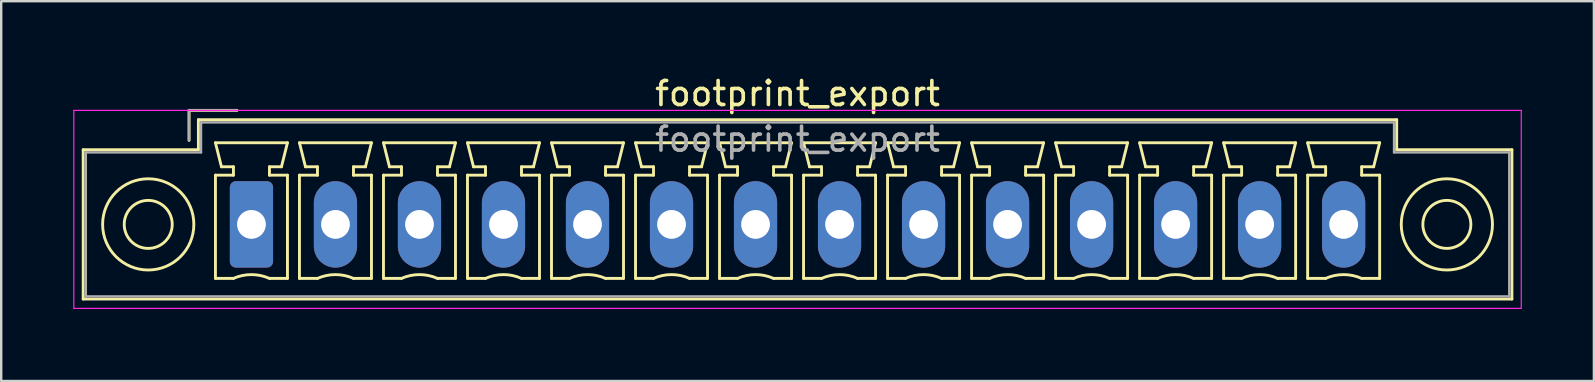
<source format=kicad_pcb>
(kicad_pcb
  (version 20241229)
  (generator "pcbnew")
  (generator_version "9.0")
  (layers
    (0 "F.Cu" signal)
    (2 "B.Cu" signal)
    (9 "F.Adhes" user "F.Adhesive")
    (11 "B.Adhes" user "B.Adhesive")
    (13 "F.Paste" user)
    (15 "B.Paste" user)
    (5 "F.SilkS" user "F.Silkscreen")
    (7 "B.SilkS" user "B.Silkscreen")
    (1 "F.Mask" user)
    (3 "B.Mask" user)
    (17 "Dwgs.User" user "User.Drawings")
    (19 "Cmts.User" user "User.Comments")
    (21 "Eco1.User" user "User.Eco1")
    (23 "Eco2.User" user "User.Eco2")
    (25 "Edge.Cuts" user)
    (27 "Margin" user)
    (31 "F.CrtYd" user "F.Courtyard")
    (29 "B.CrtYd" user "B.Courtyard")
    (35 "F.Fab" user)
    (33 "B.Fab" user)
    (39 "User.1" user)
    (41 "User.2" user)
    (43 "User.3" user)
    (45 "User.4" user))
  (footprint "footprint_export"
    (layer "F.Cu")
    (at 7.425 6.298)
    (property "Reference" "footprint_export" (at 22.75 -5.45 0) (layer "F.SilkS") (effects (font (size 1 1) (thickness 0.15))))
    (attr through_hole)
    (fp_line (start -7.01 -3.11) (end -7.01 3.11) (stroke (width 0.12) (type solid)) (layer "F.SilkS"))
    (fp_line (start -7.01 3.11) (end 52.51 3.11) (stroke (width 0.12) (type solid)) (layer "F.SilkS"))
    (fp_line (start -2.6 -4.75) (end -0.6 -4.75) (stroke (width 0.12) (type solid)) (layer "F.SilkS"))
    (fp_line (start -2.6 -3.5) (end -2.6 -4.75) (stroke (width 0.12) (type solid)) (layer "F.SilkS"))
    (fp_line (start -2.21 -4.36) (end -2.21 -3.11) (stroke (width 0.12) (type solid)) (layer "F.SilkS"))
    (fp_line (start -2.21 -3.11) (end -7.01 -3.11) (stroke (width 0.12) (type solid)) (layer "F.SilkS"))
    (fp_line (start -1.5 -3.4) (end 1.5 -3.4) (stroke (width 0.12) (type solid)) (layer "F.SilkS"))
    (fp_line (start -1.5 -2.05) (end -0.75 -2.05) (stroke (width 0.12) (type solid)) (layer "F.SilkS"))
    (fp_line (start -1.5 2.25) (end -1.5 -2.05) (stroke (width 0.12) (type solid)) (layer "F.SilkS"))
    (fp_line (start -1.25 -2.4) (end -1.5 -3.4) (stroke (width 0.12) (type solid)) (layer "F.SilkS"))
    (fp_line (start -0.75 -2.4) (end -1.25 -2.4) (stroke (width 0.12) (type solid)) (layer "F.SilkS"))
    (fp_line (start -0.75 -2.05) (end -0.75 -2.4) (stroke (width 0.12) (type solid)) (layer "F.SilkS"))
    (fp_line (start -0.75 2.25) (end -1.5 2.25) (stroke (width 0.12) (type solid)) (layer "F.SilkS"))
    (fp_line (start 0.75 -2.4) (end 0.75 -2.05) (stroke (width 0.12) (type solid)) (layer "F.SilkS"))
    (fp_line (start 0.75 -2.05) (end 1.5 -2.05) (stroke (width 0.12) (type solid)) (layer "F.SilkS"))
    (fp_line (start 1.25 -2.4) (end 0.75 -2.4) (stroke (width 0.12) (type solid)) (layer "F.SilkS"))
    (fp_line (start 1.5 -3.4) (end 1.25 -2.4) (stroke (width 0.12) (type solid)) (layer "F.SilkS"))
    (fp_line (start 1.5 -2.05) (end 1.5 2.25) (stroke (width 0.12) (type solid)) (layer "F.SilkS"))
    (fp_line (start 1.5 2.25) (end 0.75 2.25) (stroke (width 0.12) (type solid)) (layer "F.SilkS"))
    (fp_line (start 2 -3.4) (end 5 -3.4) (stroke (width 0.12) (type solid)) (layer "F.SilkS"))
    (fp_line (start 2 -2.05) (end 2.75 -2.05) (stroke (width 0.12) (type solid)) (layer "F.SilkS"))
    (fp_line (start 2 2.25) (end 2 -2.05) (stroke (width 0.12) (type solid)) (layer "F.SilkS"))
    (fp_line (start 2.25 -2.4) (end 2 -3.4) (stroke (width 0.12) (type solid)) (layer "F.SilkS"))
    (fp_line (start 2.75 -2.4) (end 2.25 -2.4) (stroke (width 0.12) (type solid)) (layer "F.SilkS"))
    (fp_line (start 2.75 -2.05) (end 2.75 -2.4) (stroke (width 0.12) (type solid)) (layer "F.SilkS"))
    (fp_line (start 2.75 2.25) (end 2 2.25) (stroke (width 0.12) (type solid)) (layer "F.SilkS"))
    (fp_line (start 4.25 -2.4) (end 4.25 -2.05) (stroke (width 0.12) (type solid)) (layer "F.SilkS"))
    (fp_line (start 4.25 -2.05) (end 5 -2.05) (stroke (width 0.12) (type solid)) (layer "F.SilkS"))
    (fp_line (start 4.75 -2.4) (end 4.25 -2.4) (stroke (width 0.12) (type solid)) (layer "F.SilkS"))
    (fp_line (start 5 -3.4) (end 4.75 -2.4) (stroke (width 0.12) (type solid)) (layer "F.SilkS"))
    (fp_line (start 5 -2.05) (end 5 2.25) (stroke (width 0.12) (type solid)) (layer "F.SilkS"))
    (fp_line (start 5 2.25) (end 4.25 2.25) (stroke (width 0.12) (type solid)) (layer "F.SilkS"))
    (fp_line (start 5.5 -3.4) (end 8.5 -3.4) (stroke (width 0.12) (type solid)) (layer "F.SilkS"))
    (fp_line (start 5.5 -2.05) (end 6.25 -2.05) (stroke (width 0.12) (type solid)) (layer "F.SilkS"))
    (fp_line (start 5.5 2.25) (end 5.5 -2.05) (stroke (width 0.12) (type solid)) (layer "F.SilkS"))
    (fp_line (start 5.75 -2.4) (end 5.5 -3.4) (stroke (width 0.12) (type solid)) (layer "F.SilkS"))
    (fp_line (start 6.25 -2.4) (end 5.75 -2.4) (stroke (width 0.12) (type solid)) (layer "F.SilkS"))
    (fp_line (start 6.25 -2.05) (end 6.25 -2.4) (stroke (width 0.12) (type solid)) (layer "F.SilkS"))
    (fp_line (start 6.25 2.25) (end 5.5 2.25) (stroke (width 0.12) (type solid)) (layer "F.SilkS"))
    (fp_line (start 7.75 -2.4) (end 7.75 -2.05) (stroke (width 0.12) (type solid)) (layer "F.SilkS"))
    (fp_line (start 7.75 -2.05) (end 8.5 -2.05) (stroke (width 0.12) (type solid)) (layer "F.SilkS"))
    (fp_line (start 8.25 -2.4) (end 7.75 -2.4) (stroke (width 0.12) (type solid)) (layer "F.SilkS"))
    (fp_line (start 8.5 -3.4) (end 8.25 -2.4) (stroke (width 0.12) (type solid)) (layer "F.SilkS"))
    (fp_line (start 8.5 -2.05) (end 8.5 2.25) (stroke (width 0.12) (type solid)) (layer "F.SilkS"))
    (fp_line (start 8.5 2.25) (end 7.75 2.25) (stroke (width 0.12) (type solid)) (layer "F.SilkS"))
    (fp_line (start 9 -3.4) (end 12 -3.4) (stroke (width 0.12) (type solid)) (layer "F.SilkS"))
    (fp_line (start 9 -2.05) (end 9.75 -2.05) (stroke (width 0.12) (type solid)) (layer "F.SilkS"))
    (fp_line (start 9 2.25) (end 9 -2.05) (stroke (width 0.12) (type solid)) (layer "F.SilkS"))
    (fp_line (start 9.25 -2.4) (end 9 -3.4) (stroke (width 0.12) (type solid)) (layer "F.SilkS"))
    (fp_line (start 9.75 -2.4) (end 9.25 -2.4) (stroke (width 0.12) (type solid)) (layer "F.SilkS"))
    (fp_line (start 9.75 -2.05) (end 9.75 -2.4) (stroke (width 0.12) (type solid)) (layer "F.SilkS"))
    (fp_line (start 9.75 2.25) (end 9 2.25) (stroke (width 0.12) (type solid)) (layer "F.SilkS"))
    (fp_line (start 11.25 -2.4) (end 11.25 -2.05) (stroke (width 0.12) (type solid)) (layer "F.SilkS"))
    (fp_line (start 11.25 -2.05) (end 12 -2.05) (stroke (width 0.12) (type solid)) (layer "F.SilkS"))
    (fp_line (start 11.75 -2.4) (end 11.25 -2.4) (stroke (width 0.12) (type solid)) (layer "F.SilkS"))
    (fp_line (start 12 -3.4) (end 11.75 -2.4) (stroke (width 0.12) (type solid)) (layer "F.SilkS"))
    (fp_line (start 12 -2.05) (end 12 2.25) (stroke (width 0.12) (type solid)) (layer "F.SilkS"))
    (fp_line (start 12 2.25) (end 11.25 2.25) (stroke (width 0.12) (type solid)) (layer "F.SilkS"))
    (fp_line (start 12.5 -3.4) (end 15.5 -3.4) (stroke (width 0.12) (type solid)) (layer "F.SilkS"))
    (fp_line (start 12.5 -2.05) (end 13.25 -2.05) (stroke (width 0.12) (type solid)) (layer "F.SilkS"))
    (fp_line (start 12.5 2.25) (end 12.5 -2.05) (stroke (width 0.12) (type solid)) (layer "F.SilkS"))
    (fp_line (start 12.75 -2.4) (end 12.5 -3.4) (stroke (width 0.12) (type solid)) (layer "F.SilkS"))
    (fp_line (start 13.25 -2.4) (end 12.75 -2.4) (stroke (width 0.12) (type solid)) (layer "F.SilkS"))
    (fp_line (start 13.25 -2.05) (end 13.25 -2.4) (stroke (width 0.12) (type solid)) (layer "F.SilkS"))
    (fp_line (start 13.25 2.25) (end 12.5 2.25) (stroke (width 0.12) (type solid)) (layer "F.SilkS"))
    (fp_line (start 14.75 -2.4) (end 14.75 -2.05) (stroke (width 0.12) (type solid)) (layer "F.SilkS"))
    (fp_line (start 14.75 -2.05) (end 15.5 -2.05) (stroke (width 0.12) (type solid)) (layer "F.SilkS"))
    (fp_line (start 15.25 -2.4) (end 14.75 -2.4) (stroke (width 0.12) (type solid)) (layer "F.SilkS"))
    (fp_line (start 15.5 -3.4) (end 15.25 -2.4) (stroke (width 0.12) (type solid)) (layer "F.SilkS"))
    (fp_line (start 15.5 -2.05) (end 15.5 2.25) (stroke (width 0.12) (type solid)) (layer "F.SilkS"))
    (fp_line (start 15.5 2.25) (end 14.75 2.25) (stroke (width 0.12) (type solid)) (layer "F.SilkS"))
    (fp_line (start 16 -3.4) (end 19 -3.4) (stroke (width 0.12) (type solid)) (layer "F.SilkS"))
    (fp_line (start 16 -2.05) (end 16.75 -2.05) (stroke (width 0.12) (type solid)) (layer "F.SilkS"))
    (fp_line (start 16 2.25) (end 16 -2.05) (stroke (width 0.12) (type solid)) (layer "F.SilkS"))
    (fp_line (start 16.25 -2.4) (end 16 -3.4) (stroke (width 0.12) (type solid)) (layer "F.SilkS"))
    (fp_line (start 16.75 -2.4) (end 16.25 -2.4) (stroke (width 0.12) (type solid)) (layer "F.SilkS"))
    (fp_line (start 16.75 -2.05) (end 16.75 -2.4) (stroke (width 0.12) (type solid)) (layer "F.SilkS"))
    (fp_line (start 16.75 2.25) (end 16 2.25) (stroke (width 0.12) (type solid)) (layer "F.SilkS"))
    (fp_line (start 18.25 -2.4) (end 18.25 -2.05) (stroke (width 0.12) (type solid)) (layer "F.SilkS"))
    (fp_line (start 18.25 -2.05) (end 19 -2.05) (stroke (width 0.12) (type solid)) (layer "F.SilkS"))
    (fp_line (start 18.75 -2.4) (end 18.25 -2.4) (stroke (width 0.12) (type solid)) (layer "F.SilkS"))
    (fp_line (start 19 -3.4) (end 18.75 -2.4) (stroke (width 0.12) (type solid)) (layer "F.SilkS"))
    (fp_line (start 19 -2.05) (end 19 2.25) (stroke (width 0.12) (type solid)) (layer "F.SilkS"))
    (fp_line (start 19 2.25) (end 18.25 2.25) (stroke (width 0.12) (type solid)) (layer "F.SilkS"))
    (fp_line (start 19.5 -3.4) (end 22.5 -3.4) (stroke (width 0.12) (type solid)) (layer "F.SilkS"))
    (fp_line (start 19.5 -2.05) (end 20.25 -2.05) (stroke (width 0.12) (type solid)) (layer "F.SilkS"))
    (fp_line (start 19.5 2.25) (end 19.5 -2.05) (stroke (width 0.12) (type solid)) (layer "F.SilkS"))
    (fp_line (start 19.75 -2.4) (end 19.5 -3.4) (stroke (width 0.12) (type solid)) (layer "F.SilkS"))
    (fp_line (start 20.25 -2.4) (end 19.75 -2.4) (stroke (width 0.12) (type solid)) (layer "F.SilkS"))
    (fp_line (start 20.25 -2.05) (end 20.25 -2.4) (stroke (width 0.12) (type solid)) (layer "F.SilkS"))
    (fp_line (start 20.25 2.25) (end 19.5 2.25) (stroke (width 0.12) (type solid)) (layer "F.SilkS"))
    (fp_line (start 21.75 -2.4) (end 21.75 -2.05) (stroke (width 0.12) (type solid)) (layer "F.SilkS"))
    (fp_line (start 21.75 -2.05) (end 22.5 -2.05) (stroke (width 0.12) (type solid)) (layer "F.SilkS"))
    (fp_line (start 22.25 -2.4) (end 21.75 -2.4) (stroke (width 0.12) (type solid)) (layer "F.SilkS"))
    (fp_line (start 22.5 -3.4) (end 22.25 -2.4) (stroke (width 0.12) (type solid)) (layer "F.SilkS"))
    (fp_line (start 22.5 -2.05) (end 22.5 2.25) (stroke (width 0.12) (type solid)) (layer "F.SilkS"))
    (fp_line (start 22.5 2.25) (end 21.75 2.25) (stroke (width 0.12) (type solid)) (layer "F.SilkS"))
    (fp_line (start 23 -3.4) (end 26 -3.4) (stroke (width 0.12) (type solid)) (layer "F.SilkS"))
    (fp_line (start 23 -2.05) (end 23.75 -2.05) (stroke (width 0.12) (type solid)) (layer "F.SilkS"))
    (fp_line (start 23 2.25) (end 23 -2.05) (stroke (width 0.12) (type solid)) (layer "F.SilkS"))
    (fp_line (start 23.25 -2.4) (end 23 -3.4) (stroke (width 0.12) (type solid)) (layer "F.SilkS"))
    (fp_line (start 23.75 -2.4) (end 23.25 -2.4) (stroke (width 0.12) (type solid)) (layer "F.SilkS"))
    (fp_line (start 23.75 -2.05) (end 23.75 -2.4) (stroke (width 0.12) (type solid)) (layer "F.SilkS"))
    (fp_line (start 23.75 2.25) (end 23 2.25) (stroke (width 0.12) (type solid)) (layer "F.SilkS"))
    (fp_line (start 25.25 -2.4) (end 25.25 -2.05) (stroke (width 0.12) (type solid)) (layer "F.SilkS"))
    (fp_line (start 25.25 -2.05) (end 26 -2.05) (stroke (width 0.12) (type solid)) (layer "F.SilkS"))
    (fp_line (start 25.75 -2.4) (end 25.25 -2.4) (stroke (width 0.12) (type solid)) (layer "F.SilkS"))
    (fp_line (start 26 -3.4) (end 25.75 -2.4) (stroke (width 0.12) (type solid)) (layer "F.SilkS"))
    (fp_line (start 26 -2.05) (end 26 2.25) (stroke (width 0.12) (type solid)) (layer "F.SilkS"))
    (fp_line (start 26 2.25) (end 25.25 2.25) (stroke (width 0.12) (type solid)) (layer "F.SilkS"))
    (fp_line (start 26.5 -3.4) (end 29.5 -3.4) (stroke (width 0.12) (type solid)) (layer "F.SilkS"))
    (fp_line (start 26.5 -2.05) (end 27.25 -2.05) (stroke (width 0.12) (type solid)) (layer "F.SilkS"))
    (fp_line (start 26.5 2.25) (end 26.5 -2.05) (stroke (width 0.12) (type solid)) (layer "F.SilkS"))
    (fp_line (start 26.75 -2.4) (end 26.5 -3.4) (stroke (width 0.12) (type solid)) (layer "F.SilkS"))
    (fp_line (start 27.25 -2.4) (end 26.75 -2.4) (stroke (width 0.12) (type solid)) (layer "F.SilkS"))
    (fp_line (start 27.25 -2.05) (end 27.25 -2.4) (stroke (width 0.12) (type solid)) (layer "F.SilkS"))
    (fp_line (start 27.25 2.25) (end 26.5 2.25) (stroke (width 0.12) (type solid)) (layer "F.SilkS"))
    (fp_line (start 28.75 -2.4) (end 28.75 -2.05) (stroke (width 0.12) (type solid)) (layer "F.SilkS"))
    (fp_line (start 28.75 -2.05) (end 29.5 -2.05) (stroke (width 0.12) (type solid)) (layer "F.SilkS"))
    (fp_line (start 29.25 -2.4) (end 28.75 -2.4) (stroke (width 0.12) (type solid)) (layer "F.SilkS"))
    (fp_line (start 29.5 -3.4) (end 29.25 -2.4) (stroke (width 0.12) (type solid)) (layer "F.SilkS"))
    (fp_line (start 29.5 -2.05) (end 29.5 2.25) (stroke (width 0.12) (type solid)) (layer "F.SilkS"))
    (fp_line (start 29.5 2.25) (end 28.75 2.25) (stroke (width 0.12) (type solid)) (layer "F.SilkS"))
    (fp_line (start 30 -3.4) (end 33 -3.4) (stroke (width 0.12) (type solid)) (layer "F.SilkS"))
    (fp_line (start 30 -2.05) (end 30.75 -2.05) (stroke (width 0.12) (type solid)) (layer "F.SilkS"))
    (fp_line (start 30 2.25) (end 30 -2.05) (stroke (width 0.12) (type solid)) (layer "F.SilkS"))
    (fp_line (start 30.25 -2.4) (end 30 -3.4) (stroke (width 0.12) (type solid)) (layer "F.SilkS"))
    (fp_line (start 30.75 -2.4) (end 30.25 -2.4) (stroke (width 0.12) (type solid)) (layer "F.SilkS"))
    (fp_line (start 30.75 -2.05) (end 30.75 -2.4) (stroke (width 0.12) (type solid)) (layer "F.SilkS"))
    (fp_line (start 30.75 2.25) (end 30 2.25) (stroke (width 0.12) (type solid)) (layer "F.SilkS"))
    (fp_line (start 32.25 -2.4) (end 32.25 -2.05) (stroke (width 0.12) (type solid)) (layer "F.SilkS"))
    (fp_line (start 32.25 -2.05) (end 33 -2.05) (stroke (width 0.12) (type solid)) (layer "F.SilkS"))
    (fp_line (start 32.75 -2.4) (end 32.25 -2.4) (stroke (width 0.12) (type solid)) (layer "F.SilkS"))
    (fp_line (start 33 -3.4) (end 32.75 -2.4) (stroke (width 0.12) (type solid)) (layer "F.SilkS"))
    (fp_line (start 33 -2.05) (end 33 2.25) (stroke (width 0.12) (type solid)) (layer "F.SilkS"))
    (fp_line (start 33 2.25) (end 32.25 2.25) (stroke (width 0.12) (type solid)) (layer "F.SilkS"))
    (fp_line (start 33.5 -3.4) (end 36.5 -3.4) (stroke (width 0.12) (type solid)) (layer "F.SilkS"))
    (fp_line (start 33.5 -2.05) (end 34.25 -2.05) (stroke (width 0.12) (type solid)) (layer "F.SilkS"))
    (fp_line (start 33.5 2.25) (end 33.5 -2.05) (stroke (width 0.12) (type solid)) (layer "F.SilkS"))
    (fp_line (start 33.75 -2.4) (end 33.5 -3.4) (stroke (width 0.12) (type solid)) (layer "F.SilkS"))
    (fp_line (start 34.25 -2.4) (end 33.75 -2.4) (stroke (width 0.12) (type solid)) (layer "F.SilkS"))
    (fp_line (start 34.25 -2.05) (end 34.25 -2.4) (stroke (width 0.12) (type solid)) (layer "F.SilkS"))
    (fp_line (start 34.25 2.25) (end 33.5 2.25) (stroke (width 0.12) (type solid)) (layer "F.SilkS"))
    (fp_line (start 35.75 -2.4) (end 35.75 -2.05) (stroke (width 0.12) (type solid)) (layer "F.SilkS"))
    (fp_line (start 35.75 -2.05) (end 36.5 -2.05) (stroke (width 0.12) (type solid)) (layer "F.SilkS"))
    (fp_line (start 36.25 -2.4) (end 35.75 -2.4) (stroke (width 0.12) (type solid)) (layer "F.SilkS"))
    (fp_line (start 36.5 -3.4) (end 36.25 -2.4) (stroke (width 0.12) (type solid)) (layer "F.SilkS"))
    (fp_line (start 36.5 -2.05) (end 36.5 2.25) (stroke (width 0.12) (type solid)) (layer "F.SilkS"))
    (fp_line (start 36.5 2.25) (end 35.75 2.25) (stroke (width 0.12) (type solid)) (layer "F.SilkS"))
    (fp_line (start 37 -3.4) (end 40 -3.4) (stroke (width 0.12) (type solid)) (layer "F.SilkS"))
    (fp_line (start 37 -2.05) (end 37.75 -2.05) (stroke (width 0.12) (type solid)) (layer "F.SilkS"))
    (fp_line (start 37 2.25) (end 37 -2.05) (stroke (width 0.12) (type solid)) (layer "F.SilkS"))
    (fp_line (start 37.25 -2.4) (end 37 -3.4) (stroke (width 0.12) (type solid)) (layer "F.SilkS"))
    (fp_line (start 37.75 -2.4) (end 37.25 -2.4) (stroke (width 0.12) (type solid)) (layer "F.SilkS"))
    (fp_line (start 37.75 -2.05) (end 37.75 -2.4) (stroke (width 0.12) (type solid)) (layer "F.SilkS"))
    (fp_line (start 37.75 2.25) (end 37 2.25) (stroke (width 0.12) (type solid)) (layer "F.SilkS"))
    (fp_line (start 39.25 -2.4) (end 39.25 -2.05) (stroke (width 0.12) (type solid)) (layer "F.SilkS"))
    (fp_line (start 39.25 -2.05) (end 40 -2.05) (stroke (width 0.12) (type solid)) (layer "F.SilkS"))
    (fp_line (start 39.75 -2.4) (end 39.25 -2.4) (stroke (width 0.12) (type solid)) (layer "F.SilkS"))
    (fp_line (start 40 -3.4) (end 39.75 -2.4) (stroke (width 0.12) (type solid)) (layer "F.SilkS"))
    (fp_line (start 40 -2.05) (end 40 2.25) (stroke (width 0.12) (type solid)) (layer "F.SilkS"))
    (fp_line (start 40 2.25) (end 39.25 2.25) (stroke (width 0.12) (type solid)) (layer "F.SilkS"))
    (fp_line (start 40.5 -3.4) (end 43.5 -3.4) (stroke (width 0.12) (type solid)) (layer "F.SilkS"))
    (fp_line (start 40.5 -2.05) (end 41.25 -2.05) (stroke (width 0.12) (type solid)) (layer "F.SilkS"))
    (fp_line (start 40.5 2.25) (end 40.5 -2.05) (stroke (width 0.12) (type solid)) (layer "F.SilkS"))
    (fp_line (start 40.75 -2.4) (end 40.5 -3.4) (stroke (width 0.12) (type solid)) (layer "F.SilkS"))
    (fp_line (start 41.25 -2.4) (end 40.75 -2.4) (stroke (width 0.12) (type solid)) (layer "F.SilkS"))
    (fp_line (start 41.25 -2.05) (end 41.25 -2.4) (stroke (width 0.12) (type solid)) (layer "F.SilkS"))
    (fp_line (start 41.25 2.25) (end 40.5 2.25) (stroke (width 0.12) (type solid)) (layer "F.SilkS"))
    (fp_line (start 42.75 -2.4) (end 42.75 -2.05) (stroke (width 0.12) (type solid)) (layer "F.SilkS"))
    (fp_line (start 42.75 -2.05) (end 43.5 -2.05) (stroke (width 0.12) (type solid)) (layer "F.SilkS"))
    (fp_line (start 43.25 -2.4) (end 42.75 -2.4) (stroke (width 0.12) (type solid)) (layer "F.SilkS"))
    (fp_line (start 43.5 -3.4) (end 43.25 -2.4) (stroke (width 0.12) (type solid)) (layer "F.SilkS"))
    (fp_line (start 43.5 -2.05) (end 43.5 2.25) (stroke (width 0.12) (type solid)) (layer "F.SilkS"))
    (fp_line (start 43.5 2.25) (end 42.75 2.25) (stroke (width 0.12) (type solid)) (layer "F.SilkS"))
    (fp_line (start 44 -3.4) (end 47 -3.4) (stroke (width 0.12) (type solid)) (layer "F.SilkS"))
    (fp_line (start 44 -2.05) (end 44.75 -2.05) (stroke (width 0.12) (type solid)) (layer "F.SilkS"))
    (fp_line (start 44 2.25) (end 44 -2.05) (stroke (width 0.12) (type solid)) (layer "F.SilkS"))
    (fp_line (start 44.25 -2.4) (end 44 -3.4) (stroke (width 0.12) (type solid)) (layer "F.SilkS"))
    (fp_line (start 44.75 -2.4) (end 44.25 -2.4) (stroke (width 0.12) (type solid)) (layer "F.SilkS"))
    (fp_line (start 44.75 -2.05) (end 44.75 -2.4) (stroke (width 0.12) (type solid)) (layer "F.SilkS"))
    (fp_line (start 44.75 2.25) (end 44 2.25) (stroke (width 0.12) (type solid)) (layer "F.SilkS"))
    (fp_line (start 46.25 -2.4) (end 46.25 -2.05) (stroke (width 0.12) (type solid)) (layer "F.SilkS"))
    (fp_line (start 46.25 -2.05) (end 47 -2.05) (stroke (width 0.12) (type solid)) (layer "F.SilkS"))
    (fp_line (start 46.75 -2.4) (end 46.25 -2.4) (stroke (width 0.12) (type solid)) (layer "F.SilkS"))
    (fp_line (start 47 -3.4) (end 46.75 -2.4) (stroke (width 0.12) (type solid)) (layer "F.SilkS"))
    (fp_line (start 47 -2.05) (end 47 2.25) (stroke (width 0.12) (type solid)) (layer "F.SilkS"))
    (fp_line (start 47 2.25) (end 46.25 2.25) (stroke (width 0.12) (type solid)) (layer "F.SilkS"))
    (fp_line (start 47.71 -4.36) (end -2.21 -4.36) (stroke (width 0.12) (type solid)) (layer "F.SilkS"))
    (fp_line (start 47.71 -3.11) (end 47.71 -4.36) (stroke (width 0.12) (type solid)) (layer "F.SilkS"))
    (fp_line (start 52.51 -3.11) (end 47.71 -3.11) (stroke (width 0.12) (type solid)) (layer "F.SilkS"))
    (fp_line (start 52.51 3.11) (end 52.51 -3.11) (stroke (width 0.12) (type solid)) (layer "F.SilkS"))
    (fp_arc (start -0.75 2.25) (mid -0.000193 2.09191) (end 0.749647 2.249844) (stroke (width 0.12) (type solid)) (layer "F.SilkS"))
    (fp_arc (start 2.75 2.25) (mid 3.499807 2.09191) (end 4.249647 2.249844) (stroke (width 0.12) (type solid)) (layer "F.SilkS"))
    (fp_arc (start 6.25 2.25) (mid 6.999807 2.09191) (end 7.749647 2.249844) (stroke (width 0.12) (type solid)) (layer "F.SilkS"))
    (fp_arc (start 9.75 2.25) (mid 10.499807 2.09191) (end 11.249647 2.249844) (stroke (width 0.12) (type solid)) (layer "F.SilkS"))
    (fp_arc (start 13.25 2.25) (mid 13.999807 2.09191) (end 14.749647 2.249844) (stroke (width 0.12) (type solid)) (layer "F.SilkS"))
    (fp_arc (start 16.75 2.25) (mid 17.499807 2.09191) (end 18.249647 2.249844) (stroke (width 0.12) (type solid)) (layer "F.SilkS"))
    (fp_arc (start 20.25 2.25) (mid 20.999807 2.09191) (end 21.749647 2.249844) (stroke (width 0.12) (type solid)) (layer "F.SilkS"))
    (fp_arc (start 23.75 2.25) (mid 24.499807 2.09191) (end 25.249647 2.249844) (stroke (width 0.12) (type solid)) (layer "F.SilkS"))
    (fp_arc (start 27.25 2.25) (mid 27.999807 2.09191) (end 28.749647 2.249844) (stroke (width 0.12) (type solid)) (layer "F.SilkS"))
    (fp_arc (start 30.75 2.25) (mid 31.499807 2.09191) (end 32.249647 2.249844) (stroke (width 0.12) (type solid)) (layer "F.SilkS"))
    (fp_arc (start 34.25 2.25) (mid 34.999807 2.09191) (end 35.749647 2.249844) (stroke (width 0.12) (type solid)) (layer "F.SilkS"))
    (fp_arc (start 37.75 2.25) (mid 38.499807 2.09191) (end 39.249647 2.249844) (stroke (width 0.12) (type solid)) (layer "F.SilkS"))
    (fp_arc (start 41.25 2.25) (mid 41.999807 2.09191) (end 42.749647 2.249844) (stroke (width 0.12) (type solid)) (layer "F.SilkS"))
    (fp_arc (start 44.75 2.25) (mid 45.499807 2.09191) (end 46.249647 2.249844) (stroke (width 0.12) (type solid)) (layer "F.SilkS"))
    (fp_circle (center -4.3 0) (end -3.3 0) (stroke (width 0.12) (type solid)) (fill no) (layer "F.SilkS"))
    (fp_circle (center -4.3 0) (end -2.4 0) (stroke (width 0.12) (type solid)) (fill no) (layer "F.SilkS"))
    (fp_circle (center 49.8 0) (end 50.8 0) (stroke (width 0.12) (type solid)) (fill no) (layer "F.SilkS"))
    (fp_circle (center 49.8 0) (end 51.7 0) (stroke (width 0.12) (type solid)) (fill no) (layer "F.SilkS"))
    (fp_line (start -7.4 -4.75) (end -7.4 3.5) (stroke (width 0.05) (type solid)) (layer "F.CrtYd"))
    (fp_line (start -7.4 3.5) (end 52.9 3.5) (stroke (width 0.05) (type solid)) (layer "F.CrtYd"))
    (fp_line (start 52.9 -4.75) (end -7.4 -4.75) (stroke (width 0.05) (type solid)) (layer "F.CrtYd"))
    (fp_line (start 52.9 3.5) (end 52.9 -4.75) (stroke (width 0.05) (type solid)) (layer "F.CrtYd"))
    (fp_line (start -6.9 -3) (end -6.9 3) (stroke (width 0.1) (type solid)) (layer "F.Fab"))
    (fp_line (start -6.9 3) (end 52.4 3) (stroke (width 0.1) (type solid)) (layer "F.Fab"))
    (fp_line (start -2.6 -4.75) (end -0.6 -4.75) (stroke (width 0.1) (type solid)) (layer "F.Fab"))
    (fp_line (start -2.6 -3.5) (end -2.6 -4.75) (stroke (width 0.1) (type solid)) (layer "F.Fab"))
    (fp_line (start -2.1 -4.25) (end -2.1 -3) (stroke (width 0.1) (type solid)) (layer "F.Fab"))
    (fp_line (start -2.1 -3) (end -6.9 -3) (stroke (width 0.1) (type solid)) (layer "F.Fab"))
    (fp_line (start 47.6 -4.25) (end -2.1 -4.25) (stroke (width 0.1) (type solid)) (layer "F.Fab"))
    (fp_line (start 47.6 -3) (end 47.6 -4.25) (stroke (width 0.1) (type solid)) (layer "F.Fab"))
    (fp_line (start 52.4 -3) (end 47.6 -3) (stroke (width 0.1) (type solid)) (layer "F.Fab"))
    (fp_line (start 52.4 3) (end 52.4 -3) (stroke (width 0.1) (type solid)) (layer "F.Fab"))
    (fp_text user "${REFERENCE}" (at 22.75 -3.55 0) (layer "F.Fab") (effects (font (size 1 1) (thickness 0.15))))
    (pad "1" thru_hole roundrect (at 0 0) (size 1.8 3.6) (drill 1.2) (layers "*.Cu" "*.Mask") (roundrect_rratio 0.139))
    (pad "2" thru_hole oval (at 3.5 0) (size 1.8 3.6) (drill 1.2) (layers "*.Cu" "*.Mask"))
    (pad "3" thru_hole oval (at 7 0) (size 1.8 3.6) (drill 1.2) (layers "*.Cu" "*.Mask"))
    (pad "4" thru_hole oval (at 10.5 0) (size 1.8 3.6) (drill 1.2) (layers "*.Cu" "*.Mask"))
    (pad "5" thru_hole oval (at 14 0) (size 1.8 3.6) (drill 1.2) (layers "*.Cu" "*.Mask"))
    (pad "6" thru_hole oval (at 17.5 0) (size 1.8 3.6) (drill 1.2) (layers "*.Cu" "*.Mask"))
    (pad "7" thru_hole oval (at 21 0) (size 1.8 3.6) (drill 1.2) (layers "*.Cu" "*.Mask"))
    (pad "8" thru_hole oval (at 24.5 0) (size 1.8 3.6) (drill 1.2) (layers "*.Cu" "*.Mask"))
    (pad "9" thru_hole oval (at 28 0) (size 1.8 3.6) (drill 1.2) (layers "*.Cu" "*.Mask"))
    (pad "10" thru_hole oval (at 31.5 0) (size 1.8 3.6) (drill 1.2) (layers "*.Cu" "*.Mask"))
    (pad "11" thru_hole oval (at 35 0) (size 1.8 3.6) (drill 1.2) (layers "*.Cu" "*.Mask"))
    (pad "12" thru_hole oval (at 38.5 0) (size 1.8 3.6) (drill 1.2) (layers "*.Cu" "*.Mask"))
    (pad "13" thru_hole oval (at 42 0) (size 1.8 3.6) (drill 1.2) (layers "*.Cu" "*.Mask"))
    (pad "14" thru_hole oval (at 45.5 0) (size 1.8 3.6) (drill 1.2) (layers "*.Cu" "*.Mask")))
  (gr_rect
    (start -3 -3)
    (end 63.35 12.823)
    (stroke (width 0.1) (type default))
    (fill no)
    (layer "Edge.Cuts")))
</source>
